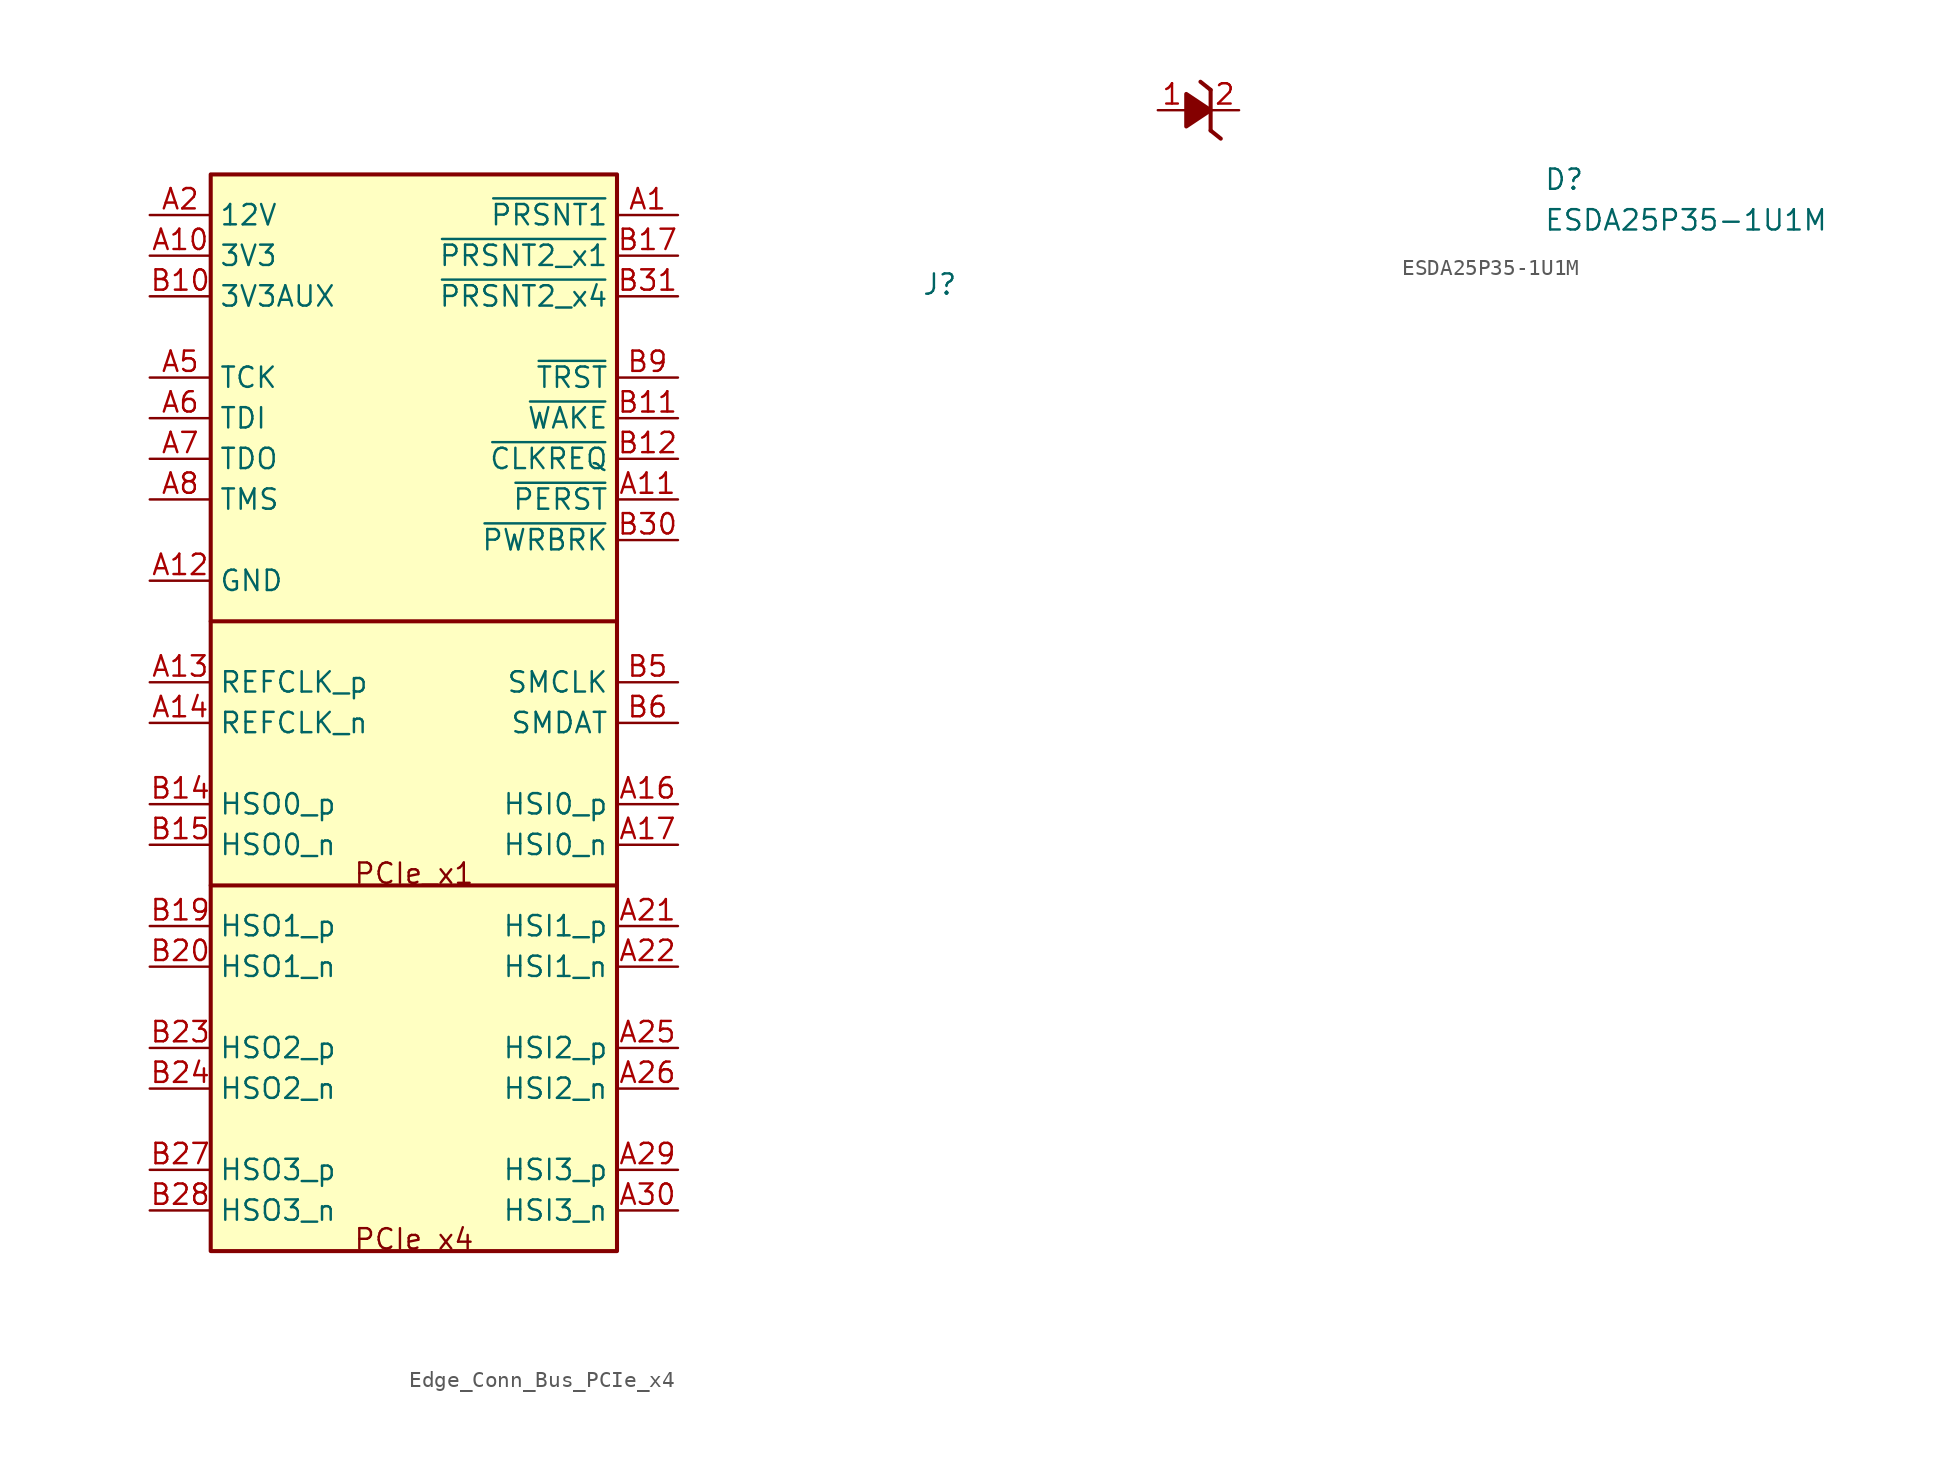
<source format=kicad_sym>
(kicad_symbol_lib
  (version 20220914)
  (generator kicad_symbol_editor)
  (symbol "Edge_Conn_Bus_PCIe_x4"
    (property "Reference" "J"
      (at 48.26 -5.08 0)
      (effects (font (size 1.27 1.27) (thickness 0.15)) (justify left bottom)))
    (property "MPN" ""
      (at 48.26 -10.16 0)
      (effects (font (size 1.27 1.27) (thickness 0.15)) (justify left bottom)))
    (symbol "Edge_Conn_Bus_PCIe_x4_1_1"
      (polyline (pts (xy 29.21 -41.91) (xy 3.81 -41.91)) (stroke (width 0.254) (type default)) (fill (type background)))
      (polyline (pts (xy 29.21 -25.4) (xy 3.81 -25.4)) (stroke (width 0.254) (type default)) (fill (type background)))
      (rectangle (start 3.81 2.54) (end 29.21 -64.77) (stroke (width 0.254) (type default)) (fill (type background)))
      (text "PCIe_x1" (at 12.7 -41.91 0) (effects (font (size 1.27 1.27) (thickness 0.15)) (justify left bottom)))
      (text "PCIe_x4" (at 12.7 -64.77 0) (effects (font (size 1.27 1.27) (thickness 0.15)) (justify left bottom)))
      (pin passive line (at 33.02 0 180) (length 3.81) (name "~{PRSNT1}" (effects (font (size 1.27 1.27)))) (number "A1" (effects (font (size 1.27 1.27)))))
      (pin power_out line (at 0 -2.54 0) (length 3.81) (name "3V3" (effects (font (size 1.27 1.27)))) (number "A10" (effects (font (size 1.27 1.27)))))
      (pin open_collector line (at 33.02 -17.78 180) (length 3.81) (name "~{PERST}" (effects (font (size 1.27 1.27)))) (number "A11" (effects (font (size 1.27 1.27)))))
      (pin passive line (at 0 -22.86 0) (length 3.81) (name "GND" (effects (font (size 1.27 1.27)))) (number "A12" (effects (font (size 1.27 1.27)))))
      (pin input line (at 0 -29.21 0) (length 3.81) (name "REFCLK_p" (effects (font (size 1.27 1.27)))) (number "A13" (effects (font (size 1.27 1.27)))))
      (pin input line (at 0 -31.75 0) (length 3.81) (name "REFCLK_n" (effects (font (size 1.27 1.27)))) (number "A14" (effects (font (size 1.27 1.27)))))
      (pin passive line (at 0 -22.86 0) (length 3.81) hide (name "GND" (effects (font (size 1.27 1.27)))) (number "A15" (effects (font (size 1.27 1.27)))))
      (pin output line (at 33.02 -36.83 180) (length 3.81) (name "HSI0_p" (effects (font (size 1.27 1.27)))) (number "A16" (effects (font (size 1.27 1.27)))))
      (pin output line (at 33.02 -39.37 180) (length 3.81) (name "HSI0_n" (effects (font (size 1.27 1.27)))) (number "A17" (effects (font (size 1.27 1.27)))))
      (pin passive line (at 0 -22.86 0) (length 3.81) hide (name "GND" (effects (font (size 1.27 1.27)))) (number "A18" (effects (font (size 1.27 1.27)))))
      (pin no_connect line (at 29.21 -7.62 180) (length 3.81) hide (name "NC" (effects (font (size 1.27 1.27)))) (number "A19" (effects (font (size 1.27 1.27)))))
      (pin power_out line (at 0 0 0) (length 3.81) (name "12V" (effects (font (size 1.27 1.27)))) (number "A2" (effects (font (size 1.27 1.27)))))
      (pin passive line (at 0 -22.86 0) (length 3.81) hide (name "GND" (effects (font (size 1.27 1.27)))) (number "A20" (effects (font (size 1.27 1.27)))))
      (pin output line (at 33.02 -44.45 180) (length 3.81) (name "HSI1_p" (effects (font (size 1.27 1.27)))) (number "A21" (effects (font (size 1.27 1.27)))))
      (pin output line (at 33.02 -46.99 180) (length 3.81) (name "HSI1_n" (effects (font (size 1.27 1.27)))) (number "A22" (effects (font (size 1.27 1.27)))))
      (pin passive line (at 0 -22.86 0) (length 3.81) hide (name "GND" (effects (font (size 1.27 1.27)))) (number "A23" (effects (font (size 1.27 1.27)))))
      (pin passive line (at 0 -22.86 0) (length 3.81) hide (name "GND" (effects (font (size 1.27 1.27)))) (number "A24" (effects (font (size 1.27 1.27)))))
      (pin output line (at 33.02 -52.07 180) (length 3.81) (name "HSI2_p" (effects (font (size 1.27 1.27)))) (number "A25" (effects (font (size 1.27 1.27)))))
      (pin output line (at 33.02 -54.61 180) (length 3.81) (name "HSI2_n" (effects (font (size 1.27 1.27)))) (number "A26" (effects (font (size 1.27 1.27)))))
      (pin passive line (at 0 -22.86 0) (length 3.81) hide (name "GND" (effects (font (size 1.27 1.27)))) (number "A27" (effects (font (size 1.27 1.27)))))
      (pin passive line (at 0 -22.86 0) (length 3.81) hide (name "GND" (effects (font (size 1.27 1.27)))) (number "A28" (effects (font (size 1.27 1.27)))))
      (pin output line (at 33.02 -59.69 180) (length 3.81) (name "HSI3_p" (effects (font (size 1.27 1.27)))) (number "A29" (effects (font (size 1.27 1.27)))))
      (pin passive line (at 0 0 0) (length 3.81) hide (name "12V" (effects (font (size 1.27 1.27)))) (number "A3" (effects (font (size 1.27 1.27)))))
      (pin output line (at 33.02 -62.23 180) (length 3.81) (name "HSI3_n" (effects (font (size 1.27 1.27)))) (number "A30" (effects (font (size 1.27 1.27)))))
      (pin passive line (at 0 -22.86 0) (length 3.81) hide (name "GND" (effects (font (size 1.27 1.27)))) (number "A31" (effects (font (size 1.27 1.27)))))
      (pin no_connect line (at 3.81 -7.62 0) (length 3.81) hide (name "NC" (effects (font (size 1.27 1.27)))) (number "A32" (effects (font (size 1.27 1.27)))))
      (pin passive line (at 0 -22.86 0) (length 3.81) hide (name "GND" (effects (font (size 1.27 1.27)))) (number "A4" (effects (font (size 1.27 1.27)))))
      (pin input line (at 0 -10.16 0) (length 3.81) (name "TCK" (effects (font (size 1.27 1.27)))) (number "A5" (effects (font (size 1.27 1.27)))))
      (pin input line (at 0 -12.7 0) (length 3.81) (name "TDI" (effects (font (size 1.27 1.27)))) (number "A6" (effects (font (size 1.27 1.27)))))
      (pin output line (at 0 -15.24 0) (length 3.81) (name "TDO" (effects (font (size 1.27 1.27)))) (number "A7" (effects (font (size 1.27 1.27)))))
      (pin input line (at 0 -17.78 0) (length 3.81) (name "TMS" (effects (font (size 1.27 1.27)))) (number "A8" (effects (font (size 1.27 1.27)))))
      (pin passive line (at 0 -2.54 0) (length 3.81) hide (name "3V3" (effects (font (size 1.27 1.27)))) (number "A9" (effects (font (size 1.27 1.27)))))
      (pin passive line (at 0 0 0) (length 3.81) hide (name "12V" (effects (font (size 1.27 1.27)))) (number "B1" (effects (font (size 1.27 1.27)))))
      (pin power_out line (at 0 -5.08 0) (length 3.81) (name "3V3AUX" (effects (font (size 1.27 1.27)))) (number "B10" (effects (font (size 1.27 1.27)))))
      (pin open_collector line (at 33.02 -12.7 180) (length 3.81) (name "~{WAKE}" (effects (font (size 1.27 1.27)))) (number "B11" (effects (font (size 1.27 1.27)))))
      (pin open_collector line (at 33.02 -15.24 180) (length 3.81) (name "~{CLKREQ}" (effects (font (size 1.27 1.27)))) (number "B12" (effects (font (size 1.27 1.27)))))
      (pin passive line (at 0 -22.86 0) (length 3.81) hide (name "GND" (effects (font (size 1.27 1.27)))) (number "B13" (effects (font (size 1.27 1.27)))))
      (pin input line (at 0 -36.83 0) (length 3.81) (name "HSO0_p" (effects (font (size 1.27 1.27)))) (number "B14" (effects (font (size 1.27 1.27)))))
      (pin input line (at 0 -39.37 0) (length 3.81) (name "HSO0_n" (effects (font (size 1.27 1.27)))) (number "B15" (effects (font (size 1.27 1.27)))))
      (pin passive line (at 0 -22.86 0) (length 3.81) hide (name "GND" (effects (font (size 1.27 1.27)))) (number "B16" (effects (font (size 1.27 1.27)))))
      (pin passive line (at 33.02 -2.54 180) (length 3.81) (name "~{PRSNT2_x1}" (effects (font (size 1.27 1.27)))) (number "B17" (effects (font (size 1.27 1.27)))))
      (pin passive line (at 0 -22.86 0) (length 3.81) hide (name "GND" (effects (font (size 1.27 1.27)))) (number "B18" (effects (font (size 1.27 1.27)))))
      (pin input line (at 0 -44.45 0) (length 3.81) (name "HSO1_p" (effects (font (size 1.27 1.27)))) (number "B19" (effects (font (size 1.27 1.27)))))
      (pin passive line (at 0 0 0) (length 3.81) hide (name "12V" (effects (font (size 1.27 1.27)))) (number "B2" (effects (font (size 1.27 1.27)))))
      (pin input line (at 0 -46.99 0) (length 3.81) (name "HSO1_n" (effects (font (size 1.27 1.27)))) (number "B20" (effects (font (size 1.27 1.27)))))
      (pin passive line (at 0 -22.86 0) (length 3.81) hide (name "GND" (effects (font (size 1.27 1.27)))) (number "B21" (effects (font (size 1.27 1.27)))))
      (pin passive line (at 0 -22.86 0) (length 3.81) hide (name "GND" (effects (font (size 1.27 1.27)))) (number "B22" (effects (font (size 1.27 1.27)))))
      (pin input line (at 0 -52.07 0) (length 3.81) (name "HSO2_p" (effects (font (size 1.27 1.27)))) (number "B23" (effects (font (size 1.27 1.27)))))
      (pin input line (at 0 -54.61 0) (length 3.81) (name "HSO2_n" (effects (font (size 1.27 1.27)))) (number "B24" (effects (font (size 1.27 1.27)))))
      (pin passive line (at 0 -22.86 0) (length 3.81) hide (name "GND" (effects (font (size 1.27 1.27)))) (number "B25" (effects (font (size 1.27 1.27)))))
      (pin passive line (at 0 -22.86 0) (length 3.81) hide (name "GND" (effects (font (size 1.27 1.27)))) (number "B26" (effects (font (size 1.27 1.27)))))
      (pin input line (at 0 -59.69 0) (length 3.81) (name "HSO3_p" (effects (font (size 1.27 1.27)))) (number "B27" (effects (font (size 1.27 1.27)))))
      (pin input line (at 0 -62.23 0) (length 3.81) (name "HSO3_n" (effects (font (size 1.27 1.27)))) (number "B28" (effects (font (size 1.27 1.27)))))
      (pin passive line (at 0 -22.86 0) (length 3.81) hide (name "GND" (effects (font (size 1.27 1.27)))) (number "B29" (effects (font (size 1.27 1.27)))))
      (pin passive line (at 0 0 0) (length 3.81) hide (name "12V" (effects (font (size 1.27 1.27)))) (number "B3" (effects (font (size 1.27 1.27)))))
      (pin open_collector line (at 33.02 -20.32 180) (length 3.81) (name "~{PWRBRK}" (effects (font (size 1.27 1.27)))) (number "B30" (effects (font (size 1.27 1.27)))))
      (pin passive line (at 33.02 -5.08 180) (length 3.81) (name "~{PRSNT2_x4}" (effects (font (size 1.27 1.27)))) (number "B31" (effects (font (size 1.27 1.27)))))
      (pin passive line (at 0 -22.86 0) (length 3.81) hide (name "GND" (effects (font (size 1.27 1.27)))) (number "B32" (effects (font (size 1.27 1.27)))))
      (pin passive line (at 0 -22.86 0) (length 3.81) hide (name "GND" (effects (font (size 1.27 1.27)))) (number "B4" (effects (font (size 1.27 1.27)))))
      (pin open_collector line (at 33.02 -29.21 180) (length 3.81) (name "SMCLK" (effects (font (size 1.27 1.27)))) (number "B5" (effects (font (size 1.27 1.27)))))
      (pin open_collector line (at 33.02 -31.75 180) (length 3.81) (name "SMDAT" (effects (font (size 1.27 1.27)))) (number "B6" (effects (font (size 1.27 1.27)))))
      (pin passive line (at 0 -22.86 0) (length 3.81) hide (name "GND" (effects (font (size 1.27 1.27)))) (number "B7" (effects (font (size 1.27 1.27)))))
      (pin passive line (at 0 -2.54 0) (length 3.81) hide (name "3V3" (effects (font (size 1.27 1.27)))) (number "B8" (effects (font (size 1.27 1.27)))))
      (pin input line (at 33.02 -10.16 180) (length 3.81) (name "~{TRST}" (effects (font (size 1.27 1.27)))) (number "B9" (effects (font (size 1.27 1.27)))))))
  (symbol "ESDA25P35-1U1M"
    (pin_names hide)
    (property "Reference" "D"
      (at 24.13 -5.08 0)
      (effects (font (size 1.27 1.27) (thickness 0.15)) (justify left bottom)))
    (property "Value" "ESDA25P35-1U1M"
      (at 24.13 -7.62 0)
      (effects (font (size 1.27 1.27) (thickness 0.15)) (justify left bottom)))
    (symbol "ESDA25P35-1U1M_0_1"
      (polyline (pts (xy 2.667 1.778) (xy 3.302 1.27)) (stroke (width 0.254) (type default)) (fill (type none)))
      (polyline (pts (xy 3.302 0) (xy 1.778 0)) (stroke (width 0) (type default)) (fill (type none)))
      (polyline (pts (xy 1.778 1.016) (xy 3.302 0) (xy 1.778 -1.016) (xy 1.778 1.016)) (stroke (width 0.254) (type default)) (fill (type outline))))
    (symbol "ESDA25P35-1U1M_1_1"
      (polyline (pts (xy 3.302 -1.27) (xy 3.302 1.27)) (stroke (width 0.254) (type default)) (fill (type none)))
      (polyline (pts (xy 3.302 -1.27) (xy 3.937 -1.778)) (stroke (width 0.254) (type default)) (fill (type none)))
      (pin passive line (at 0 0 0) (length 1.778) (name "K" (effects (font (size 1.27 1.27)))) (number "1" (effects (font (size 1.27 1.27)))))
      (pin passive line (at 5.08 0 180) (length 1.778) (name "A" (effects (font (size 1.27 1.27)))) (number "2" (effects (font (size 1.27 1.27))))))))
</source>
